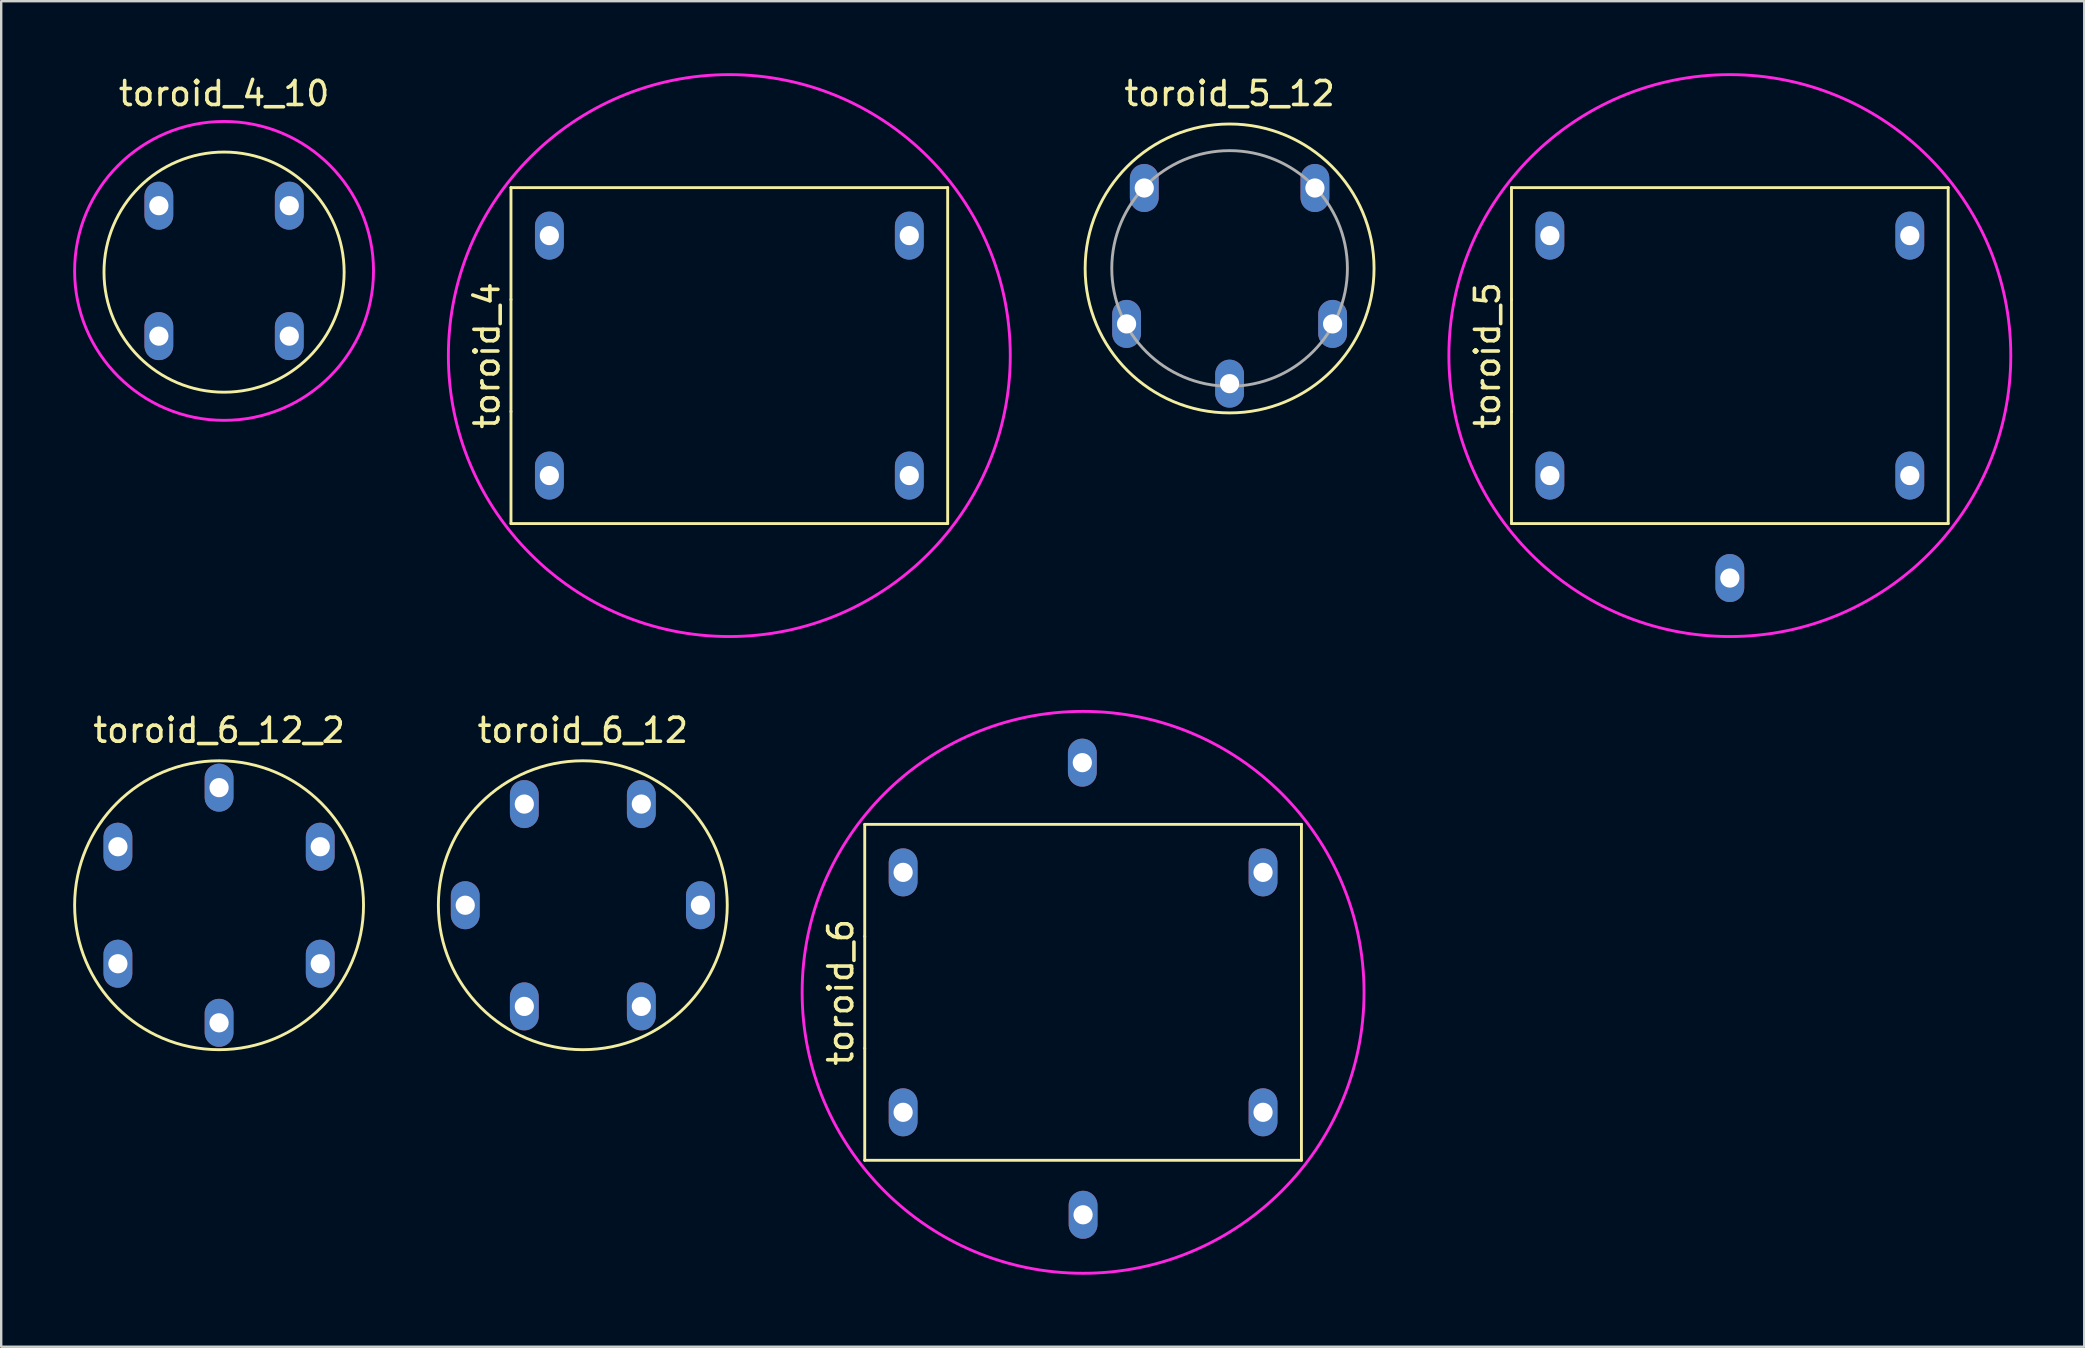
<source format=kicad_pcb>
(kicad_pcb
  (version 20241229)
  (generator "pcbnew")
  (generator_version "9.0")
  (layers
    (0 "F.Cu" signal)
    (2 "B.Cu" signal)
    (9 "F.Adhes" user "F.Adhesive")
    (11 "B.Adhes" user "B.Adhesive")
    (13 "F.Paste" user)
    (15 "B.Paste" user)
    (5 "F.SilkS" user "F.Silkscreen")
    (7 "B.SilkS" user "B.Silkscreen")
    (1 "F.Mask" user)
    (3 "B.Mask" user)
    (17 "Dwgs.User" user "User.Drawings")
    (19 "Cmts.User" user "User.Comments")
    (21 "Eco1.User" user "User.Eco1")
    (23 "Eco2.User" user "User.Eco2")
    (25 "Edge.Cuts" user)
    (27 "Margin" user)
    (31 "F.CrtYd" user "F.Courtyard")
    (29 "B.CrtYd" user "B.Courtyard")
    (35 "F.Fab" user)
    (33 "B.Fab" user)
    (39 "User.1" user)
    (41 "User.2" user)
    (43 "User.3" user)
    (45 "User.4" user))
  (footprint "toroid_5_12"
    (layer "F.Cu")
    (at 48.194 8.138)
    (property "Reference" "toroid_5_12" (at 0 -7.29 180) (layer "F.SilkS") (effects (font (size 1 1) (thickness 0.15))))
    (attr through_hole)
    (fp_circle (center 0 0) (end 6.02 0) (stroke (width 0.12) (type solid)) (fill no) (layer "F.SilkS"))
    (fp_circle (center 0 0) (end 2.337 4.318) (stroke (width 0.12) (type solid)) (fill no) (layer "F.Fab"))
    (pad "1" thru_hole oval (at -4.293 2.311) (size 1.2 2) (drill 0.8) (layers "*.Cu" "*.Mask"))
    (pad "2" thru_hole oval (at 0 4.801) (size 1.2 2) (drill 0.8) (layers "*.Cu" "*.Mask"))
    (pad "3" thru_hole oval (at 4.293 2.311) (size 1.2 2) (drill 0.8) (layers "*.Cu" "*.Mask"))
    (pad "4" thru_hole oval (at 3.556 -3.353) (size 1.2 2) (drill 0.8) (layers "*.Cu" "*.Mask"))
    (pad "5" thru_hole oval (at -3.556 -3.353) (size 1.2 2) (drill 0.8) (layers "*.Cu" "*.Mask")))
  (footprint "toroid_6_12_2"
    (layer "F.Cu")
    (at 6.08 34.676)
    (property "Reference" "toroid_6_12_2" (at 0 -7.29 180) (layer "F.SilkS") (effects (font (size 1 1) (thickness 0.15))))
    (attr through_hole)
    (fp_circle (center 0 0) (end 6.02 0) (stroke (width 0.12) (type solid)) (fill no) (layer "F.SilkS"))
    (pad "1" thru_hole oval (at 0 4.9) (size 1.2 2) (drill 0.8) (layers "*.Cu" "*.Mask"))
    (pad "2" thru_hole oval (at 4.216 2.438) (size 1.2 2) (drill 0.8) (layers "*.Cu" "*.Mask"))
    (pad "3" thru_hole oval (at 4.216 -2.438) (size 1.2 2) (drill 0.8) (layers "*.Cu" "*.Mask"))
    (pad "4" thru_hole oval (at 0 -4.9) (size 1.2 2) (drill 0.8) (layers "*.Cu" "*.Mask"))
    (pad "5" thru_hole oval (at -4.216 -2.438) (size 1.2 2) (drill 0.8) (layers "*.Cu" "*.Mask"))
    (pad "6" thru_hole oval (at -4.216 2.438) (size 1.2 2) (drill 0.8) (layers "*.Cu" "*.Mask")))
  (footprint "toroid_4"
    (layer "F.Cu")
    (at 27.345 11.769)
    (property "Reference" "toroid_4" (at -10.1 0 90) (layer "F.SilkS") (effects (font (size 1 1) (thickness 0.15))))
    (attr through_hole)
    (fp_line (start -9.1 -7) (end -9.1 -2.333) (stroke (width 0.12) (type solid)) (layer "F.SilkS"))
    (fp_line (start -9.1 -2.333) (end -9.1 2.333) (stroke (width 0.12) (type solid)) (layer "F.SilkS"))
    (fp_line (start -9.1 2.333) (end -9.1 7) (stroke (width 0.12) (type solid)) (layer "F.SilkS"))
    (fp_line (start -9.1 7) (end 9.1 7) (stroke (width 0.12) (type solid)) (layer "F.SilkS"))
    (fp_line (start 9.1 -7) (end -9.1 -7) (stroke (width 0.12) (type solid)) (layer "F.SilkS"))
    (fp_line (start 9.1 7) (end 9.1 -7) (stroke (width 0.12) (type solid)) (layer "F.SilkS"))
    (fp_circle (center 0 0) (end 7.62 8.89) (stroke (width 0.12) (type solid)) (fill no) (layer "F.CrtYd"))
    (pad "1" thru_hole oval (at -7.5 5) (size 1.2 2) (drill 0.8) (layers "*.Cu" "*.Mask"))
    (pad "2" thru_hole oval (at 7.5 5) (size 1.2 2) (drill 0.8) (layers "*.Cu" "*.Mask"))
    (pad "3" thru_hole oval (at 7.5 -5) (size 1.2 2) (drill 0.8) (layers "*.Cu" "*.Mask"))
    (pad "4" thru_hole oval (at -7.5 -5) (size 1.2 2) (drill 0.8) (layers "*.Cu" "*.Mask")))
  (footprint "toroid_6"
    (layer "F.Cu")
    (at 42.088 38.306)
    (property "Reference" "toroid_6" (at -10.1 0 90) (layer "F.SilkS") (effects (font (size 1 1) (thickness 0.15))))
    (attr through_hole)
    (fp_line (start -9.1 -7) (end -9.1 -2.333) (stroke (width 0.12) (type solid)) (layer "F.SilkS"))
    (fp_line (start -9.1 -2.333) (end -9.1 2.333) (stroke (width 0.12) (type solid)) (layer "F.SilkS"))
    (fp_line (start -9.1 2.333) (end -9.1 7) (stroke (width 0.12) (type solid)) (layer "F.SilkS"))
    (fp_line (start -9.1 7) (end 9.1 7) (stroke (width 0.12) (type solid)) (layer "F.SilkS"))
    (fp_line (start 9.1 -7) (end -9.1 -7) (stroke (width 0.12) (type solid)) (layer "F.SilkS"))
    (fp_line (start 9.1 7) (end 9.1 -7) (stroke (width 0.12) (type solid)) (layer "F.SilkS"))
    (fp_circle (center 0 0) (end 7.62 8.89) (stroke (width 0.12) (type solid)) (fill no) (layer "F.CrtYd"))
    (pad "1" thru_hole oval (at -7.5 5) (size 1.2 2) (drill 0.8) (layers "*.Cu" "*.Mask"))
    (pad "2" thru_hole oval (at 0 9.271) (size 1.2 2) (drill 0.8) (layers "*.Cu" "*.Mask"))
    (pad "3" thru_hole oval (at 7.5 5) (size 1.2 2) (drill 0.8) (layers "*.Cu" "*.Mask"))
    (pad "4" thru_hole oval (at 7.5 -5) (size 1.2 2) (drill 0.8) (layers "*.Cu" "*.Mask"))
    (pad "5" thru_hole oval (at -0.032 -9.572) (size 1.2 2) (drill 0.8) (layers "*.Cu" "*.Mask"))
    (pad "6" thru_hole oval (at -7.5 -5) (size 1.2 2) (drill 0.8) (layers "*.Cu" "*.Mask")))
  (footprint "toroid_4_10"
    (layer "F.Cu")
    (at 6.288 8.24)
    (property "Reference" "toroid_4_10" (at 0 -7.391 180) (layer "F.SilkS") (effects (font (size 1 1) (thickness 0.15))))
    (attr through_hole)
    (fp_circle (center 0 0.051) (end 5.004 0.051) (stroke (width 0.12) (type solid)) (fill no) (layer "F.SilkS"))
    (fp_circle (center 0 0) (end 4.826 3.937) (stroke (width 0.12) (type solid)) (fill no) (layer "F.CrtYd"))
    (pad "1" thru_hole oval (at -2.718 2.718) (size 1.2 2) (drill 0.8) (layers "*.Cu" "*.Mask"))
    (pad "2" thru_hole oval (at 2.718 2.718) (size 1.2 2) (drill 0.8) (layers "*.Cu" "*.Mask"))
    (pad "3" thru_hole oval (at 2.718 -2.718) (size 1.2 2) (drill 0.8) (layers "*.Cu" "*.Mask"))
    (pad "4" thru_hole oval (at -2.718 -2.718) (size 1.2 2) (drill 0.8) (layers "*.Cu" "*.Mask")))
  (footprint "toroid_6_12"
    (layer "F.Cu")
    (at 21.239 34.676)
    (property "Reference" "toroid_6_12" (at 0 -7.29 180) (layer "F.SilkS") (effects (font (size 1 1) (thickness 0.15))))
    (attr through_hole)
    (fp_circle (center 0 0) (end 6.02 0) (stroke (width 0.12) (type solid)) (fill no) (layer "F.SilkS"))
    (pad "1" thru_hole oval (at -2.438 4.216) (size 1.2 2) (drill 0.8) (layers "*.Cu" "*.Mask"))
    (pad "2" thru_hole oval (at 2.438 4.216) (size 1.2 2) (drill 0.8) (layers "*.Cu" "*.Mask"))
    (pad "3" thru_hole oval (at 4.9 0) (size 1.2 2) (drill 0.8) (layers "*.Cu" "*.Mask"))
    (pad "4" thru_hole oval (at 2.438 -4.216) (size 1.2 2) (drill 0.8) (layers "*.Cu" "*.Mask"))
    (pad "5" thru_hole oval (at -2.438 -4.216) (size 1.2 2) (drill 0.8) (layers "*.Cu" "*.Mask"))
    (pad "6" thru_hole oval (at -4.9 0) (size 1.2 2) (drill 0.8) (layers "*.Cu" "*.Mask")))
  (footprint "toroid_5"
    (layer "F.Cu")
    (at 69.042 11.769)
    (property "Reference" "toroid_5" (at -10.1 0 90) (layer "F.SilkS") (effects (font (size 1 1) (thickness 0.15))))
    (attr through_hole)
    (fp_line (start -9.1 -7) (end -9.1 -2.333) (stroke (width 0.12) (type solid)) (layer "F.SilkS"))
    (fp_line (start -9.1 -2.333) (end -9.1 2.333) (stroke (width 0.12) (type solid)) (layer "F.SilkS"))
    (fp_line (start -9.1 2.333) (end -9.1 7) (stroke (width 0.12) (type solid)) (layer "F.SilkS"))
    (fp_line (start -9.1 7) (end 9.1 7) (stroke (width 0.12) (type solid)) (layer "F.SilkS"))
    (fp_line (start 9.1 -7) (end -9.1 -7) (stroke (width 0.12) (type solid)) (layer "F.SilkS"))
    (fp_line (start 9.1 7) (end 9.1 -7) (stroke (width 0.12) (type solid)) (layer "F.SilkS"))
    (fp_circle (center 0 0) (end 7.62 8.89) (stroke (width 0.12) (type solid)) (fill no) (layer "F.CrtYd"))
    (pad "1" thru_hole oval (at -7.5 5) (size 1.2 2) (drill 0.8) (layers "*.Cu" "*.Mask"))
    (pad "2" thru_hole oval (at 0 9.271) (size 1.2 2) (drill 0.8) (layers "*.Cu" "*.Mask"))
    (pad "3" thru_hole oval (at 7.5 5) (size 1.2 2) (drill 0.8) (layers "*.Cu" "*.Mask"))
    (pad "4" thru_hole oval (at 7.5 -5) (size 1.2 2) (drill 0.8) (layers "*.Cu" "*.Mask"))
    (pad "5" thru_hole oval (at -7.5 -5) (size 1.2 2) (drill 0.8) (layers "*.Cu" "*.Mask")))
  (gr_rect
    (start -3 -3)
    (end 83.811 53.075)
    (stroke (width 0.1) (type default))
    (fill no)
    (layer "Edge.Cuts")))
</source>
